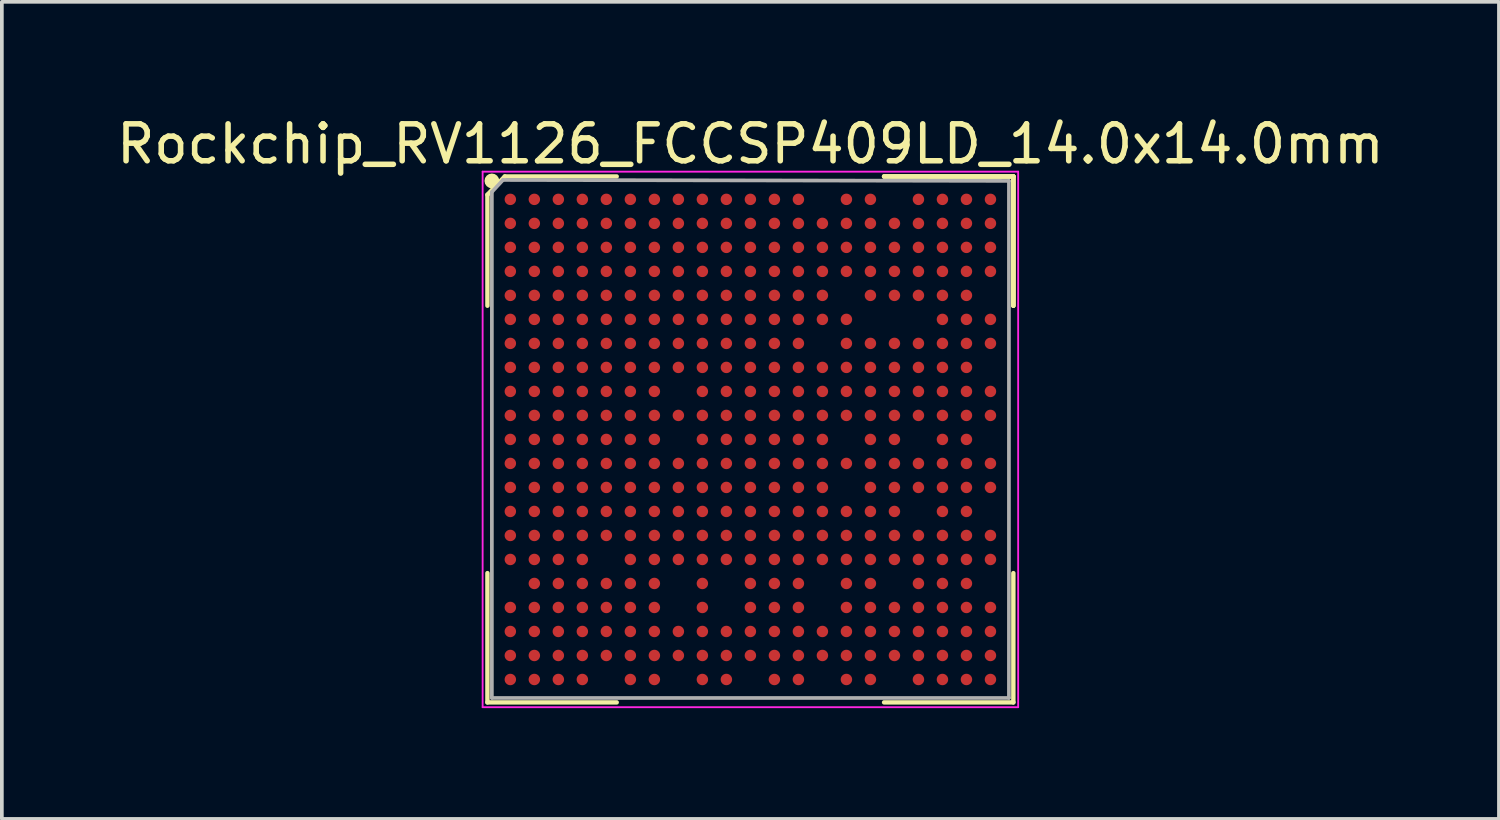
<source format=kicad_pcb>
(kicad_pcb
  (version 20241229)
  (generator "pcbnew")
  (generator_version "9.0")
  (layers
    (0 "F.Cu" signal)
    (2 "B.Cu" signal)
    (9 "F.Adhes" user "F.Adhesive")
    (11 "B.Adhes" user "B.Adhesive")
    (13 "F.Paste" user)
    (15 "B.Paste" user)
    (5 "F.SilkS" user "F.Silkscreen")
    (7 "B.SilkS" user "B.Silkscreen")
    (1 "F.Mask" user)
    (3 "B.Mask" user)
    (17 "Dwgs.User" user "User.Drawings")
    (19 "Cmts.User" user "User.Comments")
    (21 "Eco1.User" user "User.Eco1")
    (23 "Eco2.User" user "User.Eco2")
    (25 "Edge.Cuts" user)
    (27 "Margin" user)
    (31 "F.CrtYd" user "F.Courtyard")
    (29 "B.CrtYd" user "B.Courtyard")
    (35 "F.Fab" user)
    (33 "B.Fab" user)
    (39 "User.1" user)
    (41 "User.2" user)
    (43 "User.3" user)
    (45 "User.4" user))
  (footprint "Rockchip_RV1126_FCCSP409LD_14.0x14.0mm"
    (layer "F.Cu")
    (at 17.268 8.848)
    (property "Reference" "Rockchip_RV1126_FCCSP409LD_14.0x14.0mm" (at 0 -8 0) (layer "F.SilkS") (effects (font (size 1 1) (thickness 0.15))))
    (attr through_hole)
    (fp_line (start -7.12 -6.625) (end -7.12 -3.62) (stroke (width 0.12) (type default)) (layer "F.SilkS"))
    (fp_line (start -7.12 7.12) (end -7.12 3.62) (stroke (width 0.12) (type default)) (layer "F.SilkS"))
    (fp_line (start -6.65 -7.12) (end -7.12 -6.625) (stroke (width 0.12) (type default)) (layer "F.SilkS"))
    (fp_line (start -3.62 -7.12) (end -6.65 -7.12) (stroke (width 0.12) (type default)) (layer "F.SilkS"))
    (fp_line (start -3.62 7.12) (end -7.12 7.12) (stroke (width 0.12) (type default)) (layer "F.SilkS"))
    (fp_line (start 3.62 -7.12) (end 7.12 -7.12) (stroke (width 0.12) (type default)) (layer "F.SilkS"))
    (fp_line (start 3.62 -7.12) (end 7.12 -7.12) (stroke (width 0.12) (type default)) (layer "F.SilkS"))
    (fp_line (start 3.62 -7.12) (end 7.12 -7.12) (stroke (width 0.12) (type default)) (layer "F.SilkS"))
    (fp_line (start 3.62 7.12) (end 7.12 7.12) (stroke (width 0.12) (type default)) (layer "F.SilkS"))
    (fp_line (start 7.12 -7.12) (end 7.12 -3.62) (stroke (width 0.12) (type default)) (layer "F.SilkS"))
    (fp_line (start 7.12 -7.12) (end 7.12 -3.62) (stroke (width 0.12) (type default)) (layer "F.SilkS"))
    (fp_line (start 7.12 -7.12) (end 7.12 -3.62) (stroke (width 0.12) (type default)) (layer "F.SilkS"))
    (fp_line (start 7.12 7.12) (end 7.12 3.62) (stroke (width 0.12) (type default)) (layer "F.SilkS"))
    (fp_circle (center -7 -7) (end -7 -6.9) (stroke (width 0.2) (type default)) (fill no) (layer "F.SilkS"))
    (fp_line (start -7.25 -7.25) (end 7.25 -7.25) (stroke (width 0.05) (type default)) (layer "F.CrtYd"))
    (fp_line (start -7.25 7.25) (end -7.25 -7.25) (stroke (width 0.05) (type default)) (layer "F.CrtYd"))
    (fp_line (start 7.25 -7.25) (end 7.25 7.25) (stroke (width 0.05) (type default)) (layer "F.CrtYd"))
    (fp_line (start 7.25 7.25) (end -7.25 7.25) (stroke (width 0.05) (type default)) (layer "F.CrtYd"))
    (fp_line (start -7 -6.7) (end -7 7) (stroke (width 0.1) (type default)) (layer "F.Fab"))
    (fp_line (start -7 7) (end 7 7) (stroke (width 0.1) (type default)) (layer "F.Fab"))
    (fp_line (start -6.7 -7.025) (end -7 -6.7) (stroke (width 0.1) (type default)) (layer "F.Fab"))
    (fp_line (start 7 -7) (end -6.7 -7.025) (stroke (width 0.1) (type default)) (layer "F.Fab"))
    (fp_line (start 7 7) (end 7 -7) (stroke (width 0.1) (type default)) (layer "F.Fab"))
    (pad "A1" smd circle (at -6.5 -6.5) (size 0.31 0.31) (layers "F.Cu" "F.Mask" "F.Paste"))
    (pad "A2" smd circle (at -5.85 -6.5) (size 0.31 0.31) (layers "F.Cu" "F.Mask" "F.Paste"))
    (pad "A3" smd circle (at -5.2 -6.5) (size 0.31 0.31) (layers "F.Cu" "F.Mask" "F.Paste"))
    (pad "A4" smd circle (at -4.55 -6.5) (size 0.31 0.31) (layers "F.Cu" "F.Mask" "F.Paste"))
    (pad "A5" smd circle (at -3.9 -6.5) (size 0.31 0.31) (layers "F.Cu" "F.Mask" "F.Paste"))
    (pad "A6" smd circle (at -3.25 -6.5) (size 0.31 0.31) (layers "F.Cu" "F.Mask" "F.Paste"))
    (pad "A7" smd circle (at -2.6 -6.5) (size 0.31 0.31) (layers "F.Cu" "F.Mask" "F.Paste"))
    (pad "A8" smd circle (at -1.95 -6.5) (size 0.31 0.31) (layers "F.Cu" "F.Mask" "F.Paste"))
    (pad "A9" smd circle (at -1.3 -6.5) (size 0.31 0.31) (layers "F.Cu" "F.Mask" "F.Paste"))
    (pad "A10" smd circle (at -0.65 -6.5) (size 0.31 0.31) (layers "F.Cu" "F.Mask" "F.Paste"))
    (pad "A11" smd circle (at 0 -6.5) (size 0.31 0.31) (layers "F.Cu" "F.Mask" "F.Paste"))
    (pad "A12" smd circle (at 0.65 -6.5) (size 0.31 0.31) (layers "F.Cu" "F.Mask" "F.Paste"))
    (pad "A13" smd circle (at 1.3 -6.5) (size 0.31 0.31) (layers "F.Cu" "F.Mask" "F.Paste"))
    (pad "A15" smd circle (at 2.6 -6.5) (size 0.31 0.31) (layers "F.Cu" "F.Mask" "F.Paste"))
    (pad "A16" smd circle (at 3.25 -6.5) (size 0.31 0.31) (layers "F.Cu" "F.Mask" "F.Paste"))
    (pad "A18" smd circle (at 4.55 -6.5) (size 0.31 0.31) (layers "F.Cu" "F.Mask" "F.Paste"))
    (pad "A19" smd circle (at 5.2 -6.5) (size 0.31 0.31) (layers "F.Cu" "F.Mask" "F.Paste"))
    (pad "A20" smd circle (at 5.85 -6.5) (size 0.31 0.31) (layers "F.Cu" "F.Mask" "F.Paste"))
    (pad "A21" smd circle (at 6.5 -6.5) (size 0.31 0.31) (layers "F.Cu" "F.Mask" "F.Paste"))
    (pad "AA1" smd circle (at -6.5 6.5) (size 0.31 0.31) (layers "F.Cu" "F.Mask" "F.Paste"))
    (pad "AA2" smd circle (at -5.85 6.5) (size 0.31 0.31) (layers "F.Cu" "F.Mask" "F.Paste"))
    (pad "AA3" smd circle (at -5.2 6.5) (size 0.31 0.31) (layers "F.Cu" "F.Mask" "F.Paste"))
    (pad "AA4" smd circle (at -4.55 6.5) (size 0.31 0.31) (layers "F.Cu" "F.Mask" "F.Paste"))
    (pad "AA6" smd circle (at -3.25 6.5) (size 0.31 0.31) (layers "F.Cu" "F.Mask" "F.Paste"))
    (pad "AA7" smd circle (at -2.6 6.5) (size 0.31 0.31) (layers "F.Cu" "F.Mask" "F.Paste"))
    (pad "AA9" smd circle (at -1.3 6.5) (size 0.31 0.31) (layers "F.Cu" "F.Mask" "F.Paste"))
    (pad "AA10" smd circle (at -0.65 6.5) (size 0.31 0.31) (layers "F.Cu" "F.Mask" "F.Paste"))
    (pad "AA12" smd circle (at 0.65 6.5) (size 0.31 0.31) (layers "F.Cu" "F.Mask" "F.Paste"))
    (pad "AA13" smd circle (at 1.3 6.5) (size 0.31 0.31) (layers "F.Cu" "F.Mask" "F.Paste"))
    (pad "AA15" smd circle (at 2.6 6.5) (size 0.31 0.31) (layers "F.Cu" "F.Mask" "F.Paste"))
    (pad "AA16" smd circle (at 3.25 6.5) (size 0.31 0.31) (layers "F.Cu" "F.Mask" "F.Paste"))
    (pad "AA18" smd circle (at 4.55 6.5) (size 0.31 0.31) (layers "F.Cu" "F.Mask" "F.Paste"))
    (pad "AA19" smd circle (at 5.2 6.5) (size 0.31 0.31) (layers "F.Cu" "F.Mask" "F.Paste"))
    (pad "AA20" smd circle (at 5.85 6.5) (size 0.31 0.31) (layers "F.Cu" "F.Mask" "F.Paste"))
    (pad "AA21" smd circle (at 6.5 6.5) (size 0.31 0.31) (layers "F.Cu" "F.Mask" "F.Paste"))
    (pad "B1" smd circle (at -6.5 -5.85) (size 0.31 0.31) (layers "F.Cu" "F.Mask" "F.Paste"))
    (pad "B2" smd circle (at -5.85 -5.85) (size 0.31 0.31) (layers "F.Cu" "F.Mask" "F.Paste"))
    (pad "B3" smd circle (at -5.2 -5.85) (size 0.31 0.31) (layers "F.Cu" "F.Mask" "F.Paste"))
    (pad "B4" smd circle (at -4.55 -5.85) (size 0.31 0.31) (layers "F.Cu" "F.Mask" "F.Paste"))
    (pad "B5" smd circle (at -3.9 -5.85) (size 0.31 0.31) (layers "F.Cu" "F.Mask" "F.Paste"))
    (pad "B6" smd circle (at -3.25 -5.85) (size 0.31 0.31) (layers "F.Cu" "F.Mask" "F.Paste"))
    (pad "B7" smd circle (at -2.6 -5.85) (size 0.31 0.31) (layers "F.Cu" "F.Mask" "F.Paste"))
    (pad "B8" smd circle (at -1.95 -5.85) (size 0.31 0.31) (layers "F.Cu" "F.Mask" "F.Paste"))
    (pad "B9" smd circle (at -1.3 -5.85) (size 0.31 0.31) (layers "F.Cu" "F.Mask" "F.Paste"))
    (pad "B10" smd circle (at -0.65 -5.85) (size 0.31 0.31) (layers "F.Cu" "F.Mask" "F.Paste"))
    (pad "B11" smd circle (at 0 -5.85) (size 0.31 0.31) (layers "F.Cu" "F.Mask" "F.Paste"))
    (pad "B12" smd circle (at 0.65 -5.85) (size 0.31 0.31) (layers "F.Cu" "F.Mask" "F.Paste"))
    (pad "B13" smd circle (at 1.3 -5.85) (size 0.31 0.31) (layers "F.Cu" "F.Mask" "F.Paste"))
    (pad "B14" smd circle (at 1.95 -5.85) (size 0.31 0.31) (layers "F.Cu" "F.Mask" "F.Paste"))
    (pad "B15" smd circle (at 2.6 -5.85) (size 0.31 0.31) (layers "F.Cu" "F.Mask" "F.Paste"))
    (pad "B16" smd circle (at 3.25 -5.85) (size 0.31 0.31) (layers "F.Cu" "F.Mask" "F.Paste"))
    (pad "B17" smd circle (at 3.9 -5.85) (size 0.31 0.31) (layers "F.Cu" "F.Mask" "F.Paste"))
    (pad "B18" smd circle (at 4.55 -5.85) (size 0.31 0.31) (layers "F.Cu" "F.Mask" "F.Paste"))
    (pad "B19" smd circle (at 5.2 -5.85) (size 0.31 0.31) (layers "F.Cu" "F.Mask" "F.Paste"))
    (pad "B20" smd circle (at 5.85 -5.85) (size 0.31 0.31) (layers "F.Cu" "F.Mask" "F.Paste"))
    (pad "B21" smd circle (at 6.5 -5.85) (size 0.31 0.31) (layers "F.Cu" "F.Mask" "F.Paste"))
    (pad "C1" smd circle (at -6.5 -5.2) (size 0.31 0.31) (layers "F.Cu" "F.Mask" "F.Paste"))
    (pad "C2" smd circle (at -5.85 -5.2) (size 0.31 0.31) (layers "F.Cu" "F.Mask" "F.Paste"))
    (pad "C3" smd circle (at -5.2 -5.2) (size 0.31 0.31) (layers "F.Cu" "F.Mask" "F.Paste"))
    (pad "C4" smd circle (at -4.55 -5.2) (size 0.31 0.31) (layers "F.Cu" "F.Mask" "F.Paste"))
    (pad "C5" smd circle (at -3.9 -5.2) (size 0.31 0.31) (layers "F.Cu" "F.Mask" "F.Paste"))
    (pad "C6" smd circle (at -3.25 -5.2) (size 0.31 0.31) (layers "F.Cu" "F.Mask" "F.Paste"))
    (pad "C7" smd circle (at -2.6 -5.2) (size 0.31 0.31) (layers "F.Cu" "F.Mask" "F.Paste"))
    (pad "C8" smd circle (at -1.95 -5.2) (size 0.31 0.31) (layers "F.Cu" "F.Mask" "F.Paste"))
    (pad "C9" smd circle (at -1.3 -5.2) (size 0.31 0.31) (layers "F.Cu" "F.Mask" "F.Paste"))
    (pad "C10" smd circle (at -0.65 -5.2) (size 0.31 0.31) (layers "F.Cu" "F.Mask" "F.Paste"))
    (pad "C11" smd circle (at 0 -5.2) (size 0.31 0.31) (layers "F.Cu" "F.Mask" "F.Paste"))
    (pad "C12" smd circle (at 0.65 -5.2) (size 0.31 0.31) (layers "F.Cu" "F.Mask" "F.Paste"))
    (pad "C13" smd circle (at 1.3 -5.2) (size 0.31 0.31) (layers "F.Cu" "F.Mask" "F.Paste"))
    (pad "C14" smd circle (at 1.95 -5.2) (size 0.31 0.31) (layers "F.Cu" "F.Mask" "F.Paste"))
    (pad "C15" smd circle (at 2.6 -5.2) (size 0.31 0.31) (layers "F.Cu" "F.Mask" "F.Paste"))
    (pad "C16" smd circle (at 3.25 -5.2) (size 0.31 0.31) (layers "F.Cu" "F.Mask" "F.Paste"))
    (pad "C17" smd circle (at 3.9 -5.2) (size 0.31 0.31) (layers "F.Cu" "F.Mask" "F.Paste"))
    (pad "C18" smd circle (at 4.55 -5.2) (size 0.31 0.31) (layers "F.Cu" "F.Mask" "F.Paste"))
    (pad "C19" smd circle (at 5.2 -5.2) (size 0.31 0.31) (layers "F.Cu" "F.Mask" "F.Paste"))
    (pad "C20" smd circle (at 5.85 -5.2) (size 0.31 0.31) (layers "F.Cu" "F.Mask" "F.Paste"))
    (pad "C21" smd circle (at 6.5 -5.2) (size 0.31 0.31) (layers "F.Cu" "F.Mask" "F.Paste"))
    (pad "D1" smd circle (at -6.5 -4.55) (size 0.31 0.31) (layers "F.Cu" "F.Mask" "F.Paste"))
    (pad "D2" smd circle (at -5.85 -4.55) (size 0.31 0.31) (layers "F.Cu" "F.Mask" "F.Paste"))
    (pad "D3" smd circle (at -5.2 -4.55) (size 0.31 0.31) (layers "F.Cu" "F.Mask" "F.Paste"))
    (pad "D4" smd circle (at -4.55 -4.55) (size 0.31 0.31) (layers "F.Cu" "F.Mask" "F.Paste"))
    (pad "D5" smd circle (at -3.9 -4.55) (size 0.31 0.31) (layers "F.Cu" "F.Mask" "F.Paste"))
    (pad "D6" smd circle (at -3.25 -4.55) (size 0.31 0.31) (layers "F.Cu" "F.Mask" "F.Paste"))
    (pad "D7" smd circle (at -2.6 -4.55) (size 0.31 0.31) (layers "F.Cu" "F.Mask" "F.Paste"))
    (pad "D8" smd circle (at -1.95 -4.55) (size 0.31 0.31) (layers "F.Cu" "F.Mask" "F.Paste"))
    (pad "D9" smd circle (at -1.3 -4.55) (size 0.31 0.31) (layers "F.Cu" "F.Mask" "F.Paste"))
    (pad "D10" smd circle (at -0.65 -4.55) (size 0.31 0.31) (layers "F.Cu" "F.Mask" "F.Paste"))
    (pad "D11" smd circle (at 0 -4.55) (size 0.31 0.31) (layers "F.Cu" "F.Mask" "F.Paste"))
    (pad "D12" smd circle (at 0.65 -4.55) (size 0.31 0.31) (layers "F.Cu" "F.Mask" "F.Paste"))
    (pad "D13" smd circle (at 1.3 -4.55) (size 0.31 0.31) (layers "F.Cu" "F.Mask" "F.Paste"))
    (pad "D14" smd circle (at 1.95 -4.55) (size 0.31 0.31) (layers "F.Cu" "F.Mask" "F.Paste"))
    (pad "D15" smd circle (at 2.6 -4.55) (size 0.31 0.31) (layers "F.Cu" "F.Mask" "F.Paste"))
    (pad "D16" smd circle (at 3.25 -4.55) (size 0.31 0.31) (layers "F.Cu" "F.Mask" "F.Paste"))
    (pad "D17" smd circle (at 3.9 -4.55) (size 0.31 0.31) (layers "F.Cu" "F.Mask" "F.Paste"))
    (pad "D18" smd circle (at 4.55 -4.55) (size 0.31 0.31) (layers "F.Cu" "F.Mask" "F.Paste"))
    (pad "D19" smd circle (at 5.2 -4.55) (size 0.31 0.31) (layers "F.Cu" "F.Mask" "F.Paste"))
    (pad "D20" smd circle (at 5.85 -4.55) (size 0.31 0.31) (layers "F.Cu" "F.Mask" "F.Paste"))
    (pad "D21" smd circle (at 6.5 -4.55) (size 0.31 0.31) (layers "F.Cu" "F.Mask" "F.Paste"))
    (pad "E1" smd circle (at -6.5 -3.9) (size 0.31 0.31) (layers "F.Cu" "F.Mask" "F.Paste"))
    (pad "E2" smd circle (at -5.85 -3.9) (size 0.31 0.31) (layers "F.Cu" "F.Mask" "F.Paste"))
    (pad "E3" smd circle (at -5.2 -3.9) (size 0.31 0.31) (layers "F.Cu" "F.Mask" "F.Paste"))
    (pad "E4" smd circle (at -4.55 -3.9) (size 0.31 0.31) (layers "F.Cu" "F.Mask" "F.Paste"))
    (pad "E5" smd circle (at -3.9 -3.9) (size 0.31 0.31) (layers "F.Cu" "F.Mask" "F.Paste"))
    (pad "E6" smd circle (at -3.25 -3.9) (size 0.31 0.31) (layers "F.Cu" "F.Mask" "F.Paste"))
    (pad "E7" smd circle (at -2.6 -3.9) (size 0.31 0.31) (layers "F.Cu" "F.Mask" "F.Paste"))
    (pad "E8" smd circle (at -1.95 -3.9) (size 0.31 0.31) (layers "F.Cu" "F.Mask" "F.Paste"))
    (pad "E9" smd circle (at -1.3 -3.9) (size 0.31 0.31) (layers "F.Cu" "F.Mask" "F.Paste"))
    (pad "E10" smd circle (at -0.65 -3.9) (size 0.31 0.31) (layers "F.Cu" "F.Mask" "F.Paste"))
    (pad "E11" smd circle (at 0 -3.9) (size 0.31 0.31) (layers "F.Cu" "F.Mask" "F.Paste"))
    (pad "E12" smd circle (at 0.65 -3.9) (size 0.31 0.31) (layers "F.Cu" "F.Mask" "F.Paste"))
    (pad "E13" smd circle (at 1.3 -3.9) (size 0.31 0.31) (layers "F.Cu" "F.Mask" "F.Paste"))
    (pad "E14" smd circle (at 1.95 -3.9) (size 0.31 0.31) (layers "F.Cu" "F.Mask" "F.Paste"))
    (pad "E16" smd circle (at 3.25 -3.9) (size 0.31 0.31) (layers "F.Cu" "F.Mask" "F.Paste"))
    (pad "E17" smd circle (at 3.9 -3.9) (size 0.31 0.31) (layers "F.Cu" "F.Mask" "F.Paste"))
    (pad "E18" smd circle (at 4.55 -3.9) (size 0.31 0.31) (layers "F.Cu" "F.Mask" "F.Paste"))
    (pad "E19" smd circle (at 5.2 -3.9) (size 0.31 0.31) (layers "F.Cu" "F.Mask" "F.Paste"))
    (pad "E20" smd circle (at 5.85 -3.9) (size 0.31 0.31) (layers "F.Cu" "F.Mask" "F.Paste"))
    (pad "F1" smd circle (at -6.5 -3.25) (size 0.31 0.31) (layers "F.Cu" "F.Mask" "F.Paste"))
    (pad "F2" smd circle (at -5.85 -3.25) (size 0.31 0.31) (layers "F.Cu" "F.Mask" "F.Paste"))
    (pad "F3" smd circle (at -5.2 -3.25) (size 0.31 0.31) (layers "F.Cu" "F.Mask" "F.Paste"))
    (pad "F4" smd circle (at -4.55 -3.25) (size 0.31 0.31) (layers "F.Cu" "F.Mask" "F.Paste"))
    (pad "F5" smd circle (at -3.9 -3.25) (size 0.31 0.31) (layers "F.Cu" "F.Mask" "F.Paste"))
    (pad "F6" smd circle (at -3.25 -3.25) (size 0.31 0.31) (layers "F.Cu" "F.Mask" "F.Paste"))
    (pad "F7" smd circle (at -2.6 -3.25) (size 0.31 0.31) (layers "F.Cu" "F.Mask" "F.Paste"))
    (pad "F8" smd circle (at -1.95 -3.25) (size 0.31 0.31) (layers "F.Cu" "F.Mask" "F.Paste"))
    (pad "F9" smd circle (at -1.3 -3.25) (size 0.31 0.31) (layers "F.Cu" "F.Mask" "F.Paste"))
    (pad "F10" smd circle (at -0.65 -3.25) (size 0.31 0.31) (layers "F.Cu" "F.Mask" "F.Paste"))
    (pad "F11" smd circle (at 0 -3.25) (size 0.31 0.31) (layers "F.Cu" "F.Mask" "F.Paste"))
    (pad "F12" smd circle (at 0.65 -3.25) (size 0.31 0.31) (layers "F.Cu" "F.Mask" "F.Paste"))
    (pad "F13" smd circle (at 1.3 -3.25) (size 0.31 0.31) (layers "F.Cu" "F.Mask" "F.Paste"))
    (pad "F14" smd circle (at 1.95 -3.25) (size 0.31 0.31) (layers "F.Cu" "F.Mask" "F.Paste"))
    (pad "F15" smd circle (at 2.6 -3.25) (size 0.31 0.31) (layers "F.Cu" "F.Mask" "F.Paste"))
    (pad "F19" smd circle (at 5.2 -3.25) (size 0.31 0.31) (layers "F.Cu" "F.Mask" "F.Paste"))
    (pad "F20" smd circle (at 5.85 -3.25) (size 0.31 0.31) (layers "F.Cu" "F.Mask" "F.Paste"))
    (pad "F21" smd circle (at 6.5 -3.25) (size 0.31 0.31) (layers "F.Cu" "F.Mask" "F.Paste"))
    (pad "G1" smd circle (at -6.5 -2.6) (size 0.31 0.31) (layers "F.Cu" "F.Mask" "F.Paste"))
    (pad "G2" smd circle (at -5.85 -2.6) (size 0.31 0.31) (layers "F.Cu" "F.Mask" "F.Paste"))
    (pad "G3" smd circle (at -5.2 -2.6) (size 0.31 0.31) (layers "F.Cu" "F.Mask" "F.Paste"))
    (pad "G4" smd circle (at -4.55 -2.6) (size 0.31 0.31) (layers "F.Cu" "F.Mask" "F.Paste"))
    (pad "G5" smd circle (at -3.9 -2.6) (size 0.31 0.31) (layers "F.Cu" "F.Mask" "F.Paste"))
    (pad "G6" smd circle (at -3.25 -2.6) (size 0.31 0.31) (layers "F.Cu" "F.Mask" "F.Paste"))
    (pad "G7" smd circle (at -2.6 -2.6) (size 0.31 0.31) (layers "F.Cu" "F.Mask" "F.Paste"))
    (pad "G8" smd circle (at -1.95 -2.6) (size 0.31 0.31) (layers "F.Cu" "F.Mask" "F.Paste"))
    (pad "G9" smd circle (at -1.3 -2.6) (size 0.31 0.31) (layers "F.Cu" "F.Mask" "F.Paste"))
    (pad "G10" smd circle (at -0.65 -2.6) (size 0.31 0.31) (layers "F.Cu" "F.Mask" "F.Paste"))
    (pad "G11" smd circle (at 0 -2.6) (size 0.31 0.31) (layers "F.Cu" "F.Mask" "F.Paste"))
    (pad "G12" smd circle (at 0.65 -2.6) (size 0.31 0.31) (layers "F.Cu" "F.Mask" "F.Paste"))
    (pad "G13" smd circle (at 1.3 -2.6) (size 0.31 0.31) (layers "F.Cu" "F.Mask" "F.Paste"))
    (pad "G15" smd circle (at 2.6 -2.6) (size 0.31 0.31) (layers "F.Cu" "F.Mask" "F.Paste"))
    (pad "G16" smd circle (at 3.25 -2.6) (size 0.31 0.31) (layers "F.Cu" "F.Mask" "F.Paste"))
    (pad "G17" smd circle (at 3.9 -2.6) (size 0.31 0.31) (layers "F.Cu" "F.Mask" "F.Paste"))
    (pad "G18" smd circle (at 4.55 -2.6) (size 0.31 0.31) (layers "F.Cu" "F.Mask" "F.Paste"))
    (pad "G19" smd circle (at 5.2 -2.6) (size 0.31 0.31) (layers "F.Cu" "F.Mask" "F.Paste"))
    (pad "G20" smd circle (at 5.85 -2.6) (size 0.31 0.31) (layers "F.Cu" "F.Mask" "F.Paste"))
    (pad "G21" smd circle (at 6.5 -2.6) (size 0.31 0.31) (layers "F.Cu" "F.Mask" "F.Paste"))
    (pad "H1" smd circle (at -6.5 -1.95) (size 0.31 0.31) (layers "F.Cu" "F.Mask" "F.Paste"))
    (pad "H2" smd circle (at -5.85 -1.95) (size 0.31 0.31) (layers "F.Cu" "F.Mask" "F.Paste"))
    (pad "H3" smd circle (at -5.2 -1.95) (size 0.31 0.31) (layers "F.Cu" "F.Mask" "F.Paste"))
    (pad "H4" smd circle (at -4.55 -1.95) (size 0.31 0.31) (layers "F.Cu" "F.Mask" "F.Paste"))
    (pad "H5" smd circle (at -3.9 -1.95) (size 0.31 0.31) (layers "F.Cu" "F.Mask" "F.Paste"))
    (pad "H6" smd circle (at -3.25 -1.95) (size 0.31 0.31) (layers "F.Cu" "F.Mask" "F.Paste"))
    (pad "H7" smd circle (at -2.6 -1.95) (size 0.31 0.31) (layers "F.Cu" "F.Mask" "F.Paste"))
    (pad "H8" smd circle (at -1.95 -1.95) (size 0.31 0.31) (layers "F.Cu" "F.Mask" "F.Paste"))
    (pad "H9" smd circle (at -1.3 -1.95) (size 0.31 0.31) (layers "F.Cu" "F.Mask" "F.Paste"))
    (pad "H10" smd circle (at -0.65 -1.95) (size 0.31 0.31) (layers "F.Cu" "F.Mask" "F.Paste"))
    (pad "H11" smd circle (at 0 -1.95) (size 0.31 0.31) (layers "F.Cu" "F.Mask" "F.Paste"))
    (pad "H12" smd circle (at 0.65 -1.95) (size 0.31 0.31) (layers "F.Cu" "F.Mask" "F.Paste"))
    (pad "H13" smd circle (at 1.3 -1.95) (size 0.31 0.31) (layers "F.Cu" "F.Mask" "F.Paste"))
    (pad "H14" smd circle (at 1.95 -1.95) (size 0.31 0.31) (layers "F.Cu" "F.Mask" "F.Paste"))
    (pad "H15" smd circle (at 2.6 -1.95) (size 0.31 0.31) (layers "F.Cu" "F.Mask" "F.Paste"))
    (pad "H16" smd circle (at 3.25 -1.95) (size 0.31 0.31) (layers "F.Cu" "F.Mask" "F.Paste"))
    (pad "H17" smd circle (at 3.9 -1.95) (size 0.31 0.31) (layers "F.Cu" "F.Mask" "F.Paste"))
    (pad "H18" smd circle (at 4.55 -1.95) (size 0.31 0.31) (layers "F.Cu" "F.Mask" "F.Paste"))
    (pad "H19" smd circle (at 5.2 -1.95) (size 0.31 0.31) (layers "F.Cu" "F.Mask" "F.Paste"))
    (pad "H20" smd circle (at 5.85 -1.95) (size 0.31 0.31) (layers "F.Cu" "F.Mask" "F.Paste"))
    (pad "J1" smd circle (at -6.5 -1.3) (size 0.31 0.31) (layers "F.Cu" "F.Mask" "F.Paste"))
    (pad "J2" smd circle (at -5.85 -1.3) (size 0.31 0.31) (layers "F.Cu" "F.Mask" "F.Paste"))
    (pad "J3" smd circle (at -5.2 -1.3) (size 0.31 0.31) (layers "F.Cu" "F.Mask" "F.Paste"))
    (pad "J4" smd circle (at -4.55 -1.3) (size 0.31 0.31) (layers "F.Cu" "F.Mask" "F.Paste"))
    (pad "J5" smd circle (at -3.9 -1.3) (size 0.31 0.31) (layers "F.Cu" "F.Mask" "F.Paste"))
    (pad "J6" smd circle (at -3.25 -1.3) (size 0.31 0.31) (layers "F.Cu" "F.Mask" "F.Paste"))
    (pad "J7" smd circle (at -2.6 -1.3) (size 0.31 0.31) (layers "F.Cu" "F.Mask" "F.Paste"))
    (pad "J9" smd circle (at -1.3 -1.3) (size 0.31 0.31) (layers "F.Cu" "F.Mask" "F.Paste"))
    (pad "J10" smd circle (at -0.65 -1.3) (size 0.31 0.31) (layers "F.Cu" "F.Mask" "F.Paste"))
    (pad "J11" smd circle (at 0 -1.3) (size 0.31 0.31) (layers "F.Cu" "F.Mask" "F.Paste"))
    (pad "J12" smd circle (at 0.65 -1.3) (size 0.31 0.31) (layers "F.Cu" "F.Mask" "F.Paste"))
    (pad "J13" smd circle (at 1.3 -1.3) (size 0.31 0.31) (layers "F.Cu" "F.Mask" "F.Paste"))
    (pad "J14" smd circle (at 1.95 -1.3) (size 0.31 0.31) (layers "F.Cu" "F.Mask" "F.Paste"))
    (pad "J15" smd circle (at 2.6 -1.3) (size 0.31 0.31) (layers "F.Cu" "F.Mask" "F.Paste"))
    (pad "J16" smd circle (at 3.25 -1.3) (size 0.31 0.31) (layers "F.Cu" "F.Mask" "F.Paste"))
    (pad "J17" smd circle (at 3.9 -1.3) (size 0.31 0.31) (layers "F.Cu" "F.Mask" "F.Paste"))
    (pad "J18" smd circle (at 4.55 -1.3) (size 0.31 0.31) (layers "F.Cu" "F.Mask" "F.Paste"))
    (pad "J19" smd circle (at 5.2 -1.3) (size 0.31 0.31) (layers "F.Cu" "F.Mask" "F.Paste"))
    (pad "J20" smd circle (at 5.85 -1.3) (size 0.31 0.31) (layers "F.Cu" "F.Mask" "F.Paste"))
    (pad "J21" smd circle (at 6.5 -1.3) (size 0.31 0.31) (layers "F.Cu" "F.Mask" "F.Paste"))
    (pad "K1" smd circle (at -6.5 -0.65) (size 0.31 0.31) (layers "F.Cu" "F.Mask" "F.Paste"))
    (pad "K2" smd circle (at -5.85 -0.65) (size 0.31 0.31) (layers "F.Cu" "F.Mask" "F.Paste"))
    (pad "K3" smd circle (at -5.2 -0.65) (size 0.31 0.31) (layers "F.Cu" "F.Mask" "F.Paste"))
    (pad "K4" smd circle (at -4.55 -0.65) (size 0.31 0.31) (layers "F.Cu" "F.Mask" "F.Paste"))
    (pad "K5" smd circle (at -3.9 -0.65) (size 0.31 0.31) (layers "F.Cu" "F.Mask" "F.Paste"))
    (pad "K6" smd circle (at -3.25 -0.65) (size 0.31 0.31) (layers "F.Cu" "F.Mask" "F.Paste"))
    (pad "K7" smd circle (at -2.6 -0.65) (size 0.31 0.31) (layers "F.Cu" "F.Mask" "F.Paste"))
    (pad "K8" smd circle (at -1.95 -0.65) (size 0.31 0.31) (layers "F.Cu" "F.Mask" "F.Paste"))
    (pad "K9" smd circle (at -1.3 -0.65) (size 0.31 0.31) (layers "F.Cu" "F.Mask" "F.Paste"))
    (pad "K10" smd circle (at -0.65 -0.65) (size 0.31 0.31) (layers "F.Cu" "F.Mask" "F.Paste"))
    (pad "K11" smd circle (at 0 -0.65) (size 0.31 0.31) (layers "F.Cu" "F.Mask" "F.Paste"))
    (pad "K12" smd circle (at 0.65 -0.65) (size 0.31 0.31) (layers "F.Cu" "F.Mask" "F.Paste"))
    (pad "K13" smd circle (at 1.3 -0.65) (size 0.31 0.31) (layers "F.Cu" "F.Mask" "F.Paste"))
    (pad "K14" smd circle (at 1.95 -0.65) (size 0.31 0.31) (layers "F.Cu" "F.Mask" "F.Paste"))
    (pad "K15" smd circle (at 2.6 -0.65) (size 0.31 0.31) (layers "F.Cu" "F.Mask" "F.Paste"))
    (pad "K16" smd circle (at 3.25 -0.65) (size 0.31 0.31) (layers "F.Cu" "F.Mask" "F.Paste"))
    (pad "K17" smd circle (at 3.9 -0.65) (size 0.31 0.31) (layers "F.Cu" "F.Mask" "F.Paste"))
    (pad "K18" smd circle (at 4.55 -0.65) (size 0.31 0.31) (layers "F.Cu" "F.Mask" "F.Paste"))
    (pad "K19" smd circle (at 5.2 -0.65) (size 0.31 0.31) (layers "F.Cu" "F.Mask" "F.Paste"))
    (pad "K20" smd circle (at 5.85 -0.65) (size 0.31 0.31) (layers "F.Cu" "F.Mask" "F.Paste"))
    (pad "K21" smd circle (at 6.5 -0.65) (size 0.31 0.31) (layers "F.Cu" "F.Mask" "F.Paste"))
    (pad "L1" smd circle (at -6.5 0) (size 0.31 0.31) (layers "F.Cu" "F.Mask" "F.Paste"))
    (pad "L2" smd circle (at -5.85 0) (size 0.31 0.31) (layers "F.Cu" "F.Mask" "F.Paste"))
    (pad "L3" smd circle (at -5.2 0) (size 0.31 0.31) (layers "F.Cu" "F.Mask" "F.Paste"))
    (pad "L4" smd circle (at -4.55 0) (size 0.31 0.31) (layers "F.Cu" "F.Mask" "F.Paste"))
    (pad "L5" smd circle (at -3.9 0) (size 0.31 0.31) (layers "F.Cu" "F.Mask" "F.Paste"))
    (pad "L6" smd circle (at -3.25 0) (size 0.31 0.31) (layers "F.Cu" "F.Mask" "F.Paste"))
    (pad "L7" smd circle (at -2.6 0) (size 0.31 0.31) (layers "F.Cu" "F.Mask" "F.Paste"))
    (pad "L9" smd circle (at -1.3 0) (size 0.31 0.31) (layers "F.Cu" "F.Mask" "F.Paste"))
    (pad "L10" smd circle (at -0.65 0) (size 0.31 0.31) (layers "F.Cu" "F.Mask" "F.Paste"))
    (pad "L11" smd circle (at 0 0) (size 0.31 0.31) (layers "F.Cu" "F.Mask" "F.Paste"))
    (pad "L12" smd circle (at 0.65 0) (size 0.31 0.31) (layers "F.Cu" "F.Mask" "F.Paste"))
    (pad "L13" smd circle (at 1.3 0) (size 0.31 0.31) (layers "F.Cu" "F.Mask" "F.Paste"))
    (pad "L14" smd circle (at 1.95 0) (size 0.31 0.31) (layers "F.Cu" "F.Mask" "F.Paste"))
    (pad "L16" smd circle (at 3.25 0) (size 0.31 0.31) (layers "F.Cu" "F.Mask" "F.Paste"))
    (pad "L17" smd circle (at 3.9 0) (size 0.31 0.31) (layers "F.Cu" "F.Mask" "F.Paste"))
    (pad "L19" smd circle (at 5.2 0) (size 0.31 0.31) (layers "F.Cu" "F.Mask" "F.Paste"))
    (pad "L20" smd circle (at 5.85 0) (size 0.31 0.31) (layers "F.Cu" "F.Mask" "F.Paste"))
    (pad "M1" smd circle (at -6.5 0.65) (size 0.31 0.31) (layers "F.Cu" "F.Mask" "F.Paste"))
    (pad "M2" smd circle (at -5.85 0.65) (size 0.31 0.31) (layers "F.Cu" "F.Mask" "F.Paste"))
    (pad "M3" smd circle (at -5.2 0.65) (size 0.31 0.31) (layers "F.Cu" "F.Mask" "F.Paste"))
    (pad "M4" smd circle (at -4.55 0.65) (size 0.31 0.31) (layers "F.Cu" "F.Mask" "F.Paste"))
    (pad "M5" smd circle (at -3.9 0.65) (size 0.31 0.31) (layers "F.Cu" "F.Mask" "F.Paste"))
    (pad "M6" smd circle (at -3.25 0.65) (size 0.31 0.31) (layers "F.Cu" "F.Mask" "F.Paste"))
    (pad "M7" smd circle (at -2.6 0.65) (size 0.31 0.31) (layers "F.Cu" "F.Mask" "F.Paste"))
    (pad "M8" smd circle (at -1.95 0.65) (size 0.31 0.31) (layers "F.Cu" "F.Mask" "F.Paste"))
    (pad "M9" smd circle (at -1.3 0.65) (size 0.31 0.31) (layers "F.Cu" "F.Mask" "F.Paste"))
    (pad "M10" smd circle (at -0.65 0.65) (size 0.31 0.31) (layers "F.Cu" "F.Mask" "F.Paste"))
    (pad "M11" smd circle (at 0 0.65) (size 0.31 0.31) (layers "F.Cu" "F.Mask" "F.Paste"))
    (pad "M12" smd circle (at 0.65 0.65) (size 0.31 0.31) (layers "F.Cu" "F.Mask" "F.Paste"))
    (pad "M13" smd circle (at 1.3 0.65) (size 0.31 0.31) (layers "F.Cu" "F.Mask" "F.Paste"))
    (pad "M14" smd circle (at 1.95 0.65) (size 0.31 0.31) (layers "F.Cu" "F.Mask" "F.Paste"))
    (pad "M15" smd circle (at 2.6 0.65) (size 0.31 0.31) (layers "F.Cu" "F.Mask" "F.Paste"))
    (pad "M16" smd circle (at 3.25 0.65) (size 0.31 0.31) (layers "F.Cu" "F.Mask" "F.Paste"))
    (pad "M17" smd circle (at 3.9 0.65) (size 0.31 0.31) (layers "F.Cu" "F.Mask" "F.Paste"))
    (pad "M18" smd circle (at 4.55 0.65) (size 0.31 0.31) (layers "F.Cu" "F.Mask" "F.Paste"))
    (pad "M19" smd circle (at 5.2 0.65) (size 0.31 0.31) (layers "F.Cu" "F.Mask" "F.Paste"))
    (pad "M20" smd circle (at 5.85 0.65) (size 0.31 0.31) (layers "F.Cu" "F.Mask" "F.Paste"))
    (pad "M21" smd circle (at 6.5 0.65) (size 0.31 0.31) (layers "F.Cu" "F.Mask" "F.Paste"))
    (pad "N1" smd circle (at -6.5 1.3) (size 0.31 0.31) (layers "F.Cu" "F.Mask" "F.Paste"))
    (pad "N2" smd circle (at -5.85 1.3) (size 0.31 0.31) (layers "F.Cu" "F.Mask" "F.Paste"))
    (pad "N3" smd circle (at -5.2 1.3) (size 0.31 0.31) (layers "F.Cu" "F.Mask" "F.Paste"))
    (pad "N4" smd circle (at -4.55 1.3) (size 0.31 0.31) (layers "F.Cu" "F.Mask" "F.Paste"))
    (pad "N5" smd circle (at -3.9 1.3) (size 0.31 0.31) (layers "F.Cu" "F.Mask" "F.Paste"))
    (pad "N6" smd circle (at -3.25 1.3) (size 0.31 0.31) (layers "F.Cu" "F.Mask" "F.Paste"))
    (pad "N7" smd circle (at -2.6 1.3) (size 0.31 0.31) (layers "F.Cu" "F.Mask" "F.Paste"))
    (pad "N8" smd circle (at -1.95 1.3) (size 0.31 0.31) (layers "F.Cu" "F.Mask" "F.Paste"))
    (pad "N9" smd circle (at -1.3 1.3) (size 0.31 0.31) (layers "F.Cu" "F.Mask" "F.Paste"))
    (pad "N10" smd circle (at -0.65 1.3) (size 0.31 0.31) (layers "F.Cu" "F.Mask" "F.Paste"))
    (pad "N11" smd circle (at 0 1.3) (size 0.31 0.31) (layers "F.Cu" "F.Mask" "F.Paste"))
    (pad "N12" smd circle (at 0.65 1.3) (size 0.31 0.31) (layers "F.Cu" "F.Mask" "F.Paste"))
    (pad "N13" smd circle (at 1.3 1.3) (size 0.31 0.31) (layers "F.Cu" "F.Mask" "F.Paste"))
    (pad "N14" smd circle (at 1.95 1.3) (size 0.31 0.31) (layers "F.Cu" "F.Mask" "F.Paste"))
    (pad "N16" smd circle (at 3.25 1.3) (size 0.31 0.31) (layers "F.Cu" "F.Mask" "F.Paste"))
    (pad "N17" smd circle (at 3.9 1.3) (size 0.31 0.31) (layers "F.Cu" "F.Mask" "F.Paste"))
    (pad "N18" smd circle (at 4.55 1.3) (size 0.31 0.31) (layers "F.Cu" "F.Mask" "F.Paste"))
    (pad "N19" smd circle (at 5.2 1.3) (size 0.31 0.31) (layers "F.Cu" "F.Mask" "F.Paste"))
    (pad "N20" smd circle (at 5.85 1.3) (size 0.31 0.31) (layers "F.Cu" "F.Mask" "F.Paste"))
    (pad "N21" smd circle (at 6.5 1.3) (size 0.31 0.31) (layers "F.Cu" "F.Mask" "F.Paste"))
    (pad "P1" smd circle (at -6.5 1.95) (size 0.31 0.31) (layers "F.Cu" "F.Mask" "F.Paste"))
    (pad "P2" smd circle (at -5.85 1.95) (size 0.31 0.31) (layers "F.Cu" "F.Mask" "F.Paste"))
    (pad "P3" smd circle (at -5.2 1.95) (size 0.31 0.31) (layers "F.Cu" "F.Mask" "F.Paste"))
    (pad "P4" smd circle (at -4.55 1.95) (size 0.31 0.31) (layers "F.Cu" "F.Mask" "F.Paste"))
    (pad "P5" smd circle (at -3.9 1.95) (size 0.31 0.31) (layers "F.Cu" "F.Mask" "F.Paste"))
    (pad "P6" smd circle (at -3.25 1.95) (size 0.31 0.31) (layers "F.Cu" "F.Mask" "F.Paste"))
    (pad "P7" smd circle (at -2.6 1.95) (size 0.31 0.31) (layers "F.Cu" "F.Mask" "F.Paste"))
    (pad "P8" smd circle (at -1.95 1.95) (size 0.31 0.31) (layers "F.Cu" "F.Mask" "F.Paste"))
    (pad "P9" smd circle (at -1.3 1.95) (size 0.31 0.31) (layers "F.Cu" "F.Mask" "F.Paste"))
    (pad "P10" smd circle (at -0.65 1.95) (size 0.31 0.31) (layers "F.Cu" "F.Mask" "F.Paste"))
    (pad "P11" smd circle (at 0 1.95) (size 0.31 0.31) (layers "F.Cu" "F.Mask" "F.Paste"))
    (pad "P12" smd circle (at 0.65 1.95) (size 0.31 0.31) (layers "F.Cu" "F.Mask" "F.Paste"))
    (pad "P13" smd circle (at 1.3 1.95) (size 0.31 0.31) (layers "F.Cu" "F.Mask" "F.Paste"))
    (pad "P14" smd circle (at 1.95 1.95) (size 0.31 0.31) (layers "F.Cu" "F.Mask" "F.Paste"))
    (pad "P15" smd circle (at 2.6 1.95) (size 0.31 0.31) (layers "F.Cu" "F.Mask" "F.Paste"))
    (pad "P16" smd circle (at 3.25 1.95) (size 0.31 0.31) (layers "F.Cu" "F.Mask" "F.Paste"))
    (pad "P17" smd circle (at 3.9 1.95) (size 0.31 0.31) (layers "F.Cu" "F.Mask" "F.Paste"))
    (pad "P19" smd circle (at 5.2 1.95) (size 0.31 0.31) (layers "F.Cu" "F.Mask" "F.Paste"))
    (pad "P20" smd circle (at 5.85 1.95) (size 0.31 0.31) (layers "F.Cu" "F.Mask" "F.Paste"))
    (pad "R1" smd circle (at -6.5 2.6) (size 0.31 0.31) (layers "F.Cu" "F.Mask" "F.Paste"))
    (pad "R2" smd circle (at -5.85 2.6) (size 0.31 0.31) (layers "F.Cu" "F.Mask" "F.Paste"))
    (pad "R3" smd circle (at -5.2 2.6) (size 0.31 0.31) (layers "F.Cu" "F.Mask" "F.Paste"))
    (pad "R4" smd circle (at -4.55 2.6) (size 0.31 0.31) (layers "F.Cu" "F.Mask" "F.Paste"))
    (pad "R5" smd circle (at -3.9 2.6) (size 0.31 0.31) (layers "F.Cu" "F.Mask" "F.Paste"))
    (pad "R6" smd circle (at -3.25 2.6) (size 0.31 0.31) (layers "F.Cu" "F.Mask" "F.Paste"))
    (pad "R7" smd circle (at -2.6 2.6) (size 0.31 0.31) (layers "F.Cu" "F.Mask" "F.Paste"))
    (pad "R8" smd circle (at -1.95 2.6) (size 0.31 0.31) (layers "F.Cu" "F.Mask" "F.Paste"))
    (pad "R9" smd circle (at -1.3 2.6) (size 0.31 0.31) (layers "F.Cu" "F.Mask" "F.Paste"))
    (pad "R10" smd circle (at -0.65 2.6) (size 0.31 0.31) (layers "F.Cu" "F.Mask" "F.Paste"))
    (pad "R11" smd circle (at 0 2.6) (size 0.31 0.31) (layers "F.Cu" "F.Mask" "F.Paste"))
    (pad "R12" smd circle (at 0.65 2.6) (size 0.31 0.31) (layers "F.Cu" "F.Mask" "F.Paste"))
    (pad "R13" smd circle (at 1.3 2.6) (size 0.31 0.31) (layers "F.Cu" "F.Mask" "F.Paste"))
    (pad "R14" smd circle (at 1.95 2.6) (size 0.31 0.31) (layers "F.Cu" "F.Mask" "F.Paste"))
    (pad "R15" smd circle (at 2.6 2.6) (size 0.31 0.31) (layers "F.Cu" "F.Mask" "F.Paste"))
    (pad "R16" smd circle (at 3.25 2.6) (size 0.31 0.31) (layers "F.Cu" "F.Mask" "F.Paste"))
    (pad "R17" smd circle (at 3.9 2.6) (size 0.31 0.31) (layers "F.Cu" "F.Mask" "F.Paste"))
    (pad "R18" smd circle (at 4.55 2.6) (size 0.31 0.31) (layers "F.Cu" "F.Mask" "F.Paste"))
    (pad "R19" smd circle (at 5.2 2.6) (size 0.31 0.31) (layers "F.Cu" "F.Mask" "F.Paste"))
    (pad "R20" smd circle (at 5.85 2.6) (size 0.31 0.31) (layers "F.Cu" "F.Mask" "F.Paste"))
    (pad "R21" smd circle (at 6.5 2.6) (size 0.31 0.31) (layers "F.Cu" "F.Mask" "F.Paste"))
    (pad "T1" smd circle (at -6.5 3.25) (size 0.31 0.31) (layers "F.Cu" "F.Mask" "F.Paste"))
    (pad "T2" smd circle (at -5.85 3.25) (size 0.31 0.31) (layers "F.Cu" "F.Mask" "F.Paste"))
    (pad "T3" smd circle (at -5.2 3.25) (size 0.31 0.31) (layers "F.Cu" "F.Mask" "F.Paste"))
    (pad "T4" smd circle (at -4.55 3.25) (size 0.31 0.31) (layers "F.Cu" "F.Mask" "F.Paste"))
    (pad "T6" smd circle (at -3.25 3.25) (size 0.31 0.31) (layers "F.Cu" "F.Mask" "F.Paste"))
    (pad "T7" smd circle (at -2.6 3.25) (size 0.31 0.31) (layers "F.Cu" "F.Mask" "F.Paste"))
    (pad "T8" smd circle (at -1.95 3.25) (size 0.31 0.31) (layers "F.Cu" "F.Mask" "F.Paste"))
    (pad "T9" smd circle (at -1.3 3.25) (size 0.31 0.31) (layers "F.Cu" "F.Mask" "F.Paste"))
    (pad "T10" smd circle (at -0.65 3.25) (size 0.31 0.31) (layers "F.Cu" "F.Mask" "F.Paste"))
    (pad "T11" smd circle (at 0 3.25) (size 0.31 0.31) (layers "F.Cu" "F.Mask" "F.Paste"))
    (pad "T12" smd circle (at 0.65 3.25) (size 0.31 0.31) (layers "F.Cu" "F.Mask" "F.Paste"))
    (pad "T13" smd circle (at 1.3 3.25) (size 0.31 0.31) (layers "F.Cu" "F.Mask" "F.Paste"))
    (pad "T14" smd circle (at 1.95 3.25) (size 0.31 0.31) (layers "F.Cu" "F.Mask" "F.Paste"))
    (pad "T15" smd circle (at 2.6 3.25) (size 0.31 0.31) (layers "F.Cu" "F.Mask" "F.Paste"))
    (pad "T16" smd circle (at 3.25 3.25) (size 0.31 0.31) (layers "F.Cu" "F.Mask" "F.Paste"))
    (pad "T17" smd circle (at 3.9 3.25) (size 0.31 0.31) (layers "F.Cu" "F.Mask" "F.Paste"))
    (pad "T18" smd circle (at 4.55 3.25) (size 0.31 0.31) (layers "F.Cu" "F.Mask" "F.Paste"))
    (pad "T19" smd circle (at 5.2 3.25) (size 0.31 0.31) (layers "F.Cu" "F.Mask" "F.Paste"))
    (pad "T20" smd circle (at 5.85 3.25) (size 0.31 0.31) (layers "F.Cu" "F.Mask" "F.Paste"))
    (pad "T21" smd circle (at 6.5 3.25) (size 0.31 0.31) (layers "F.Cu" "F.Mask" "F.Paste"))
    (pad "U2" smd circle (at -5.85 3.9) (size 0.31 0.31) (layers "F.Cu" "F.Mask" "F.Paste"))
    (pad "U3" smd circle (at -5.2 3.9) (size 0.31 0.31) (layers "F.Cu" "F.Mask" "F.Paste"))
    (pad "U4" smd circle (at -4.55 3.9) (size 0.31 0.31) (layers "F.Cu" "F.Mask" "F.Paste"))
    (pad "U5" smd circle (at -3.9 3.9) (size 0.31 0.31) (layers "F.Cu" "F.Mask" "F.Paste"))
    (pad "U6" smd circle (at -3.25 3.9) (size 0.31 0.31) (layers "F.Cu" "F.Mask" "F.Paste"))
    (pad "U7" smd circle (at -2.6 3.9) (size 0.31 0.31) (layers "F.Cu" "F.Mask" "F.Paste"))
    (pad "U9" smd circle (at -1.3 3.9) (size 0.31 0.31) (layers "F.Cu" "F.Mask" "F.Paste"))
    (pad "U11" smd circle (at 0 3.9) (size 0.31 0.31) (layers "F.Cu" "F.Mask" "F.Paste"))
    (pad "U12" smd circle (at 0.65 3.9) (size 0.31 0.31) (layers "F.Cu" "F.Mask" "F.Paste"))
    (pad "U13" smd circle (at 1.3 3.9) (size 0.31 0.31) (layers "F.Cu" "F.Mask" "F.Paste"))
    (pad "U15" smd circle (at 2.6 3.9) (size 0.31 0.31) (layers "F.Cu" "F.Mask" "F.Paste"))
    (pad "U16" smd circle (at 3.25 3.9) (size 0.31 0.31) (layers "F.Cu" "F.Mask" "F.Paste"))
    (pad "U18" smd circle (at 4.55 3.9) (size 0.31 0.31) (layers "F.Cu" "F.Mask" "F.Paste"))
    (pad "U19" smd circle (at 5.2 3.9) (size 0.31 0.31) (layers "F.Cu" "F.Mask" "F.Paste"))
    (pad "U20" smd circle (at 5.85 3.9) (size 0.31 0.31) (layers "F.Cu" "F.Mask" "F.Paste"))
    (pad "V1" smd circle (at -6.5 4.55) (size 0.31 0.31) (layers "F.Cu" "F.Mask" "F.Paste"))
    (pad "V2" smd circle (at -5.85 4.55) (size 0.31 0.31) (layers "F.Cu" "F.Mask" "F.Paste"))
    (pad "V3" smd circle (at -5.2 4.55) (size 0.31 0.31) (layers "F.Cu" "F.Mask" "F.Paste"))
    (pad "V4" smd circle (at -4.55 4.55) (size 0.31 0.31) (layers "F.Cu" "F.Mask" "F.Paste"))
    (pad "V5" smd circle (at -3.9 4.55) (size 0.31 0.31) (layers "F.Cu" "F.Mask" "F.Paste"))
    (pad "V6" smd circle (at -3.25 4.55) (size 0.31 0.31) (layers "F.Cu" "F.Mask" "F.Paste"))
    (pad "V7" smd circle (at -2.6 4.55) (size 0.31 0.31) (layers "F.Cu" "F.Mask" "F.Paste"))
    (pad "V9" smd circle (at -1.3 4.55) (size 0.31 0.31) (layers "F.Cu" "F.Mask" "F.Paste"))
    (pad "V11" smd circle (at 0 4.55) (size 0.31 0.31) (layers "F.Cu" "F.Mask" "F.Paste"))
    (pad "V12" smd circle (at 0.65 4.55) (size 0.31 0.31) (layers "F.Cu" "F.Mask" "F.Paste"))
    (pad "V13" smd circle (at 1.3 4.55) (size 0.31 0.31) (layers "F.Cu" "F.Mask" "F.Paste"))
    (pad "V15" smd circle (at 2.6 4.55) (size 0.31 0.31) (layers "F.Cu" "F.Mask" "F.Paste"))
    (pad "V16" smd circle (at 3.25 4.55) (size 0.31 0.31) (layers "F.Cu" "F.Mask" "F.Paste"))
    (pad "V17" smd circle (at 3.9 4.55) (size 0.31 0.31) (layers "F.Cu" "F.Mask" "F.Paste"))
    (pad "V18" smd circle (at 4.55 4.55) (size 0.31 0.31) (layers "F.Cu" "F.Mask" "F.Paste"))
    (pad "V19" smd circle (at 5.2 4.55) (size 0.31 0.31) (layers "F.Cu" "F.Mask" "F.Paste"))
    (pad "V20" smd circle (at 5.85 4.55) (size 0.31 0.31) (layers "F.Cu" "F.Mask" "F.Paste"))
    (pad "V21" smd circle (at 6.5 4.55) (size 0.31 0.31) (layers "F.Cu" "F.Mask" "F.Paste"))
    (pad "W1" smd circle (at -6.5 5.2) (size 0.31 0.31) (layers "F.Cu" "F.Mask" "F.Paste"))
    (pad "W2" smd circle (at -5.85 5.2) (size 0.31 0.31) (layers "F.Cu" "F.Mask" "F.Paste"))
    (pad "W3" smd circle (at -5.2 5.2) (size 0.31 0.31) (layers "F.Cu" "F.Mask" "F.Paste"))
    (pad "W4" smd circle (at -4.55 5.2) (size 0.31 0.31) (layers "F.Cu" "F.Mask" "F.Paste"))
    (pad "W5" smd circle (at -3.9 5.2) (size 0.31 0.31) (layers "F.Cu" "F.Mask" "F.Paste"))
    (pad "W6" smd circle (at -3.25 5.2) (size 0.31 0.31) (layers "F.Cu" "F.Mask" "F.Paste"))
    (pad "W7" smd circle (at -2.6 5.2) (size 0.31 0.31) (layers "F.Cu" "F.Mask" "F.Paste"))
    (pad "W8" smd circle (at -1.95 5.2) (size 0.31 0.31) (layers "F.Cu" "F.Mask" "F.Paste"))
    (pad "W9" smd circle (at -1.3 5.2) (size 0.31 0.31) (layers "F.Cu" "F.Mask" "F.Paste"))
    (pad "W10" smd circle (at -0.65 5.2) (size 0.31 0.31) (layers "F.Cu" "F.Mask" "F.Paste"))
    (pad "W11" smd circle (at 0 5.2) (size 0.31 0.31) (layers "F.Cu" "F.Mask" "F.Paste"))
    (pad "W12" smd circle (at 0.65 5.2) (size 0.31 0.31) (layers "F.Cu" "F.Mask" "F.Paste"))
    (pad "W13" smd circle (at 1.3 5.2) (size 0.31 0.31) (layers "F.Cu" "F.Mask" "F.Paste"))
    (pad "W14" smd circle (at 1.95 5.2) (size 0.31 0.31) (layers "F.Cu" "F.Mask" "F.Paste"))
    (pad "W15" smd circle (at 2.6 5.2) (size 0.31 0.31) (layers "F.Cu" "F.Mask" "F.Paste"))
    (pad "W16" smd circle (at 3.25 5.2) (size 0.31 0.31) (layers "F.Cu" "F.Mask" "F.Paste"))
    (pad "W17" smd circle (at 3.9 5.2) (size 0.31 0.31) (layers "F.Cu" "F.Mask" "F.Paste"))
    (pad "W18" smd circle (at 4.55 5.2) (size 0.31 0.31) (layers "F.Cu" "F.Mask" "F.Paste"))
    (pad "W19" smd circle (at 5.2 5.2) (size 0.31 0.31) (layers "F.Cu" "F.Mask" "F.Paste"))
    (pad "W20" smd circle (at 5.85 5.2) (size 0.31 0.31) (layers "F.Cu" "F.Mask" "F.Paste"))
    (pad "W21" smd circle (at 6.5 5.2) (size 0.31 0.31) (layers "F.Cu" "F.Mask" "F.Paste"))
    (pad "Y1" smd circle (at -6.5 5.85) (size 0.31 0.31) (layers "F.Cu" "F.Mask" "F.Paste"))
    (pad "Y2" smd circle (at -5.85 5.85) (size 0.31 0.31) (layers "F.Cu" "F.Mask" "F.Paste"))
    (pad "Y3" smd circle (at -5.2 5.85) (size 0.31 0.31) (layers "F.Cu" "F.Mask" "F.Paste"))
    (pad "Y4" smd circle (at -4.55 5.85) (size 0.31 0.31) (layers "F.Cu" "F.Mask" "F.Paste"))
    (pad "Y5" smd circle (at -3.9 5.85) (size 0.31 0.31) (layers "F.Cu" "F.Mask" "F.Paste"))
    (pad "Y6" smd circle (at -3.25 5.85) (size 0.31 0.31) (layers "F.Cu" "F.Mask" "F.Paste"))
    (pad "Y7" smd circle (at -2.6 5.85) (size 0.31 0.31) (layers "F.Cu" "F.Mask" "F.Paste"))
    (pad "Y8" smd circle (at -1.95 5.85) (size 0.31 0.31) (layers "F.Cu" "F.Mask" "F.Paste"))
    (pad "Y9" smd circle (at -1.3 5.85) (size 0.31 0.31) (layers "F.Cu" "F.Mask" "F.Paste"))
    (pad "Y10" smd circle (at -0.65 5.85) (size 0.31 0.31) (layers "F.Cu" "F.Mask" "F.Paste"))
    (pad "Y11" smd circle (at 0 5.85) (size 0.31 0.31) (layers "F.Cu" "F.Mask" "F.Paste"))
    (pad "Y12" smd circle (at 0.65 5.85) (size 0.31 0.31) (layers "F.Cu" "F.Mask" "F.Paste"))
    (pad "Y13" smd circle (at 1.3 5.85) (size 0.31 0.31) (layers "F.Cu" "F.Mask" "F.Paste"))
    (pad "Y14" smd circle (at 1.95 5.85) (size 0.31 0.31) (layers "F.Cu" "F.Mask" "F.Paste"))
    (pad "Y15" smd circle (at 2.6 5.85) (size 0.31 0.31) (layers "F.Cu" "F.Mask" "F.Paste"))
    (pad "Y16" smd circle (at 3.25 5.85) (size 0.31 0.31) (layers "F.Cu" "F.Mask" "F.Paste"))
    (pad "Y17" smd circle (at 3.9 5.85) (size 0.31 0.31) (layers "F.Cu" "F.Mask" "F.Paste"))
    (pad "Y18" smd circle (at 4.55 5.85) (size 0.31 0.31) (layers "F.Cu" "F.Mask" "F.Paste"))
    (pad "Y19" smd circle (at 5.2 5.85) (size 0.31 0.31) (layers "F.Cu" "F.Mask" "F.Paste"))
    (pad "Y20" smd circle (at 5.85 5.85) (size 0.31 0.31) (layers "F.Cu" "F.Mask" "F.Paste"))
    (pad "Y21" smd circle (at 6.5 5.85) (size 0.31 0.31) (layers "F.Cu" "F.Mask" "F.Paste")))
  (gr_rect
    (start -3 -3)
    (end 37.536 19.123)
    (stroke (width 0.1) (type default))
    (fill no)
    (layer "Edge.Cuts")))
</source>
